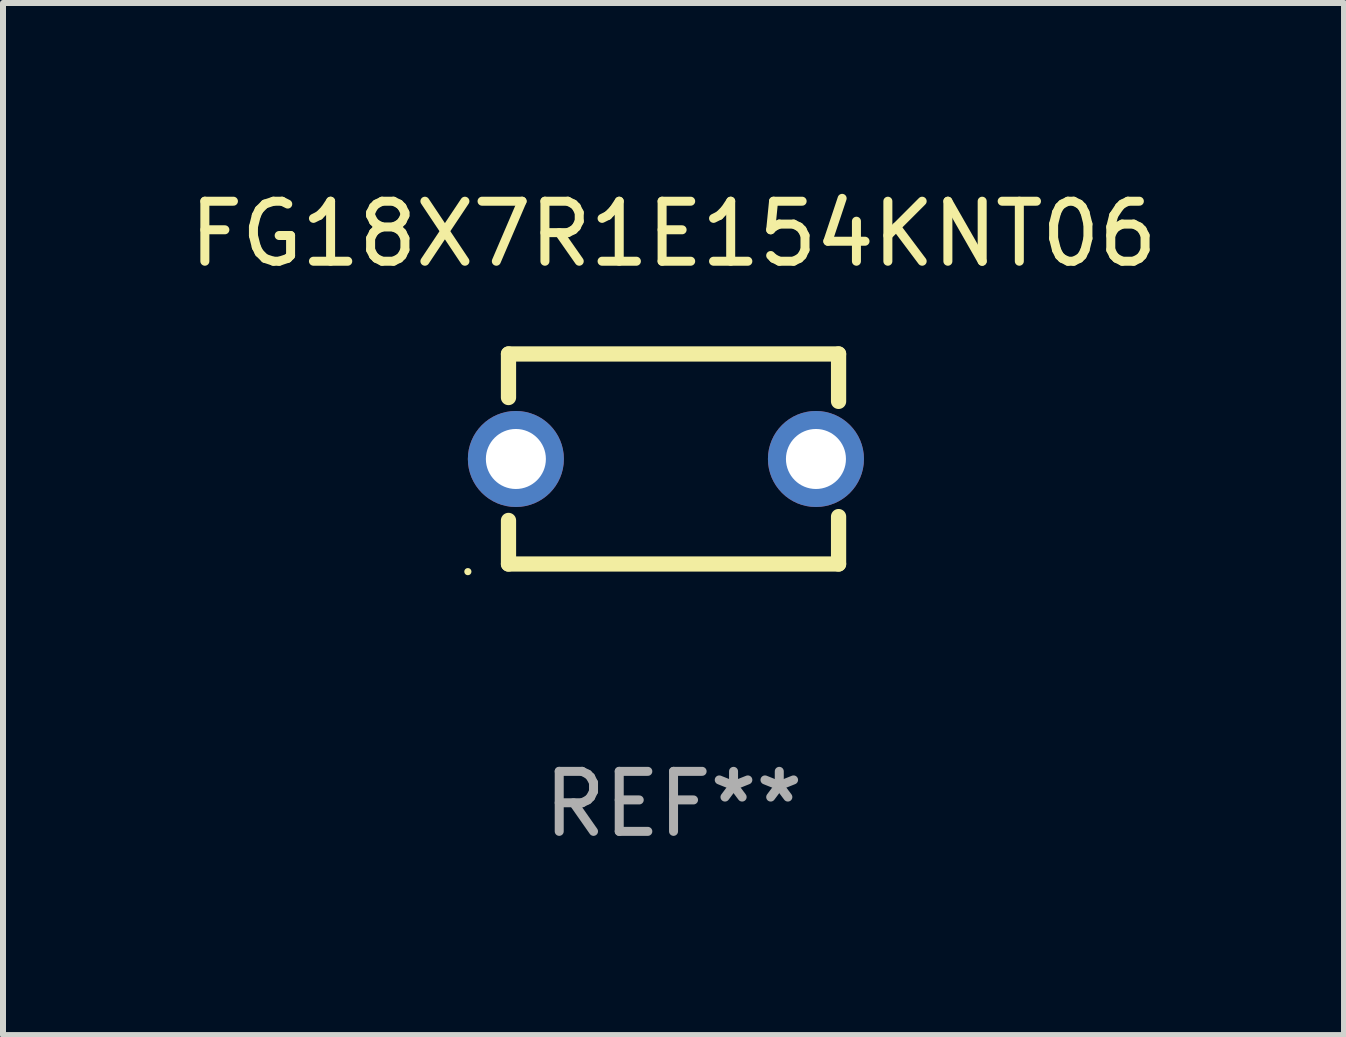
<source format=kicad_pcb>
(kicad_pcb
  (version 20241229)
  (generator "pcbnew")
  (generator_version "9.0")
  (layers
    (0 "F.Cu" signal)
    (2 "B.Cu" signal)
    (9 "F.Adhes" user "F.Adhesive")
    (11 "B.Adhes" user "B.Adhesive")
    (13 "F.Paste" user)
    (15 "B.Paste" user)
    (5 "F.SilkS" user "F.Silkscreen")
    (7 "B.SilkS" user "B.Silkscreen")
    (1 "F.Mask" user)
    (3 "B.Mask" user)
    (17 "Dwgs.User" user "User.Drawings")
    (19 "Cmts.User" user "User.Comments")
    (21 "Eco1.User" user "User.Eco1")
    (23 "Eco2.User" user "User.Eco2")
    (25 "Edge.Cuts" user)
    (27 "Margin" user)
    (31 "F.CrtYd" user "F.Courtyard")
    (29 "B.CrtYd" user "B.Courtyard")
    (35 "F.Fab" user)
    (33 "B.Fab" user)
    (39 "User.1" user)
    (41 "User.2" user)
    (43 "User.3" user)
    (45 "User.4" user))
  (footprint "FG18X7R1E154KNT06"
    (layer "F.Cu")
    (at 8.173 4.598)
    (property "Reference" "FG18X7R1E154KNT06" (at 0 -3.75 0) (layer "F.SilkS") (effects (font (size 1 1) (thickness 0.15))))
    (attr through_hole)
    (fp_line (start -2.75 -1.75) (end -2.75 -1.024) (stroke (width 0.254) (type solid)) (layer "F.SilkS"))
    (fp_line (start -2.75 -1.75) (end 2.75 -1.75) (stroke (width 0.254) (type solid)) (layer "F.SilkS"))
    (fp_line (start -2.75 1.024) (end -2.75 1.75) (stroke (width 0.254) (type solid)) (layer "F.SilkS"))
    (fp_line (start 2.75 -1.75) (end 2.75 -0.96) (stroke (width 0.254) (type solid)) (layer "F.SilkS"))
    (fp_line (start 2.75 0.96) (end 2.75 1.75) (stroke (width 0.254) (type solid)) (layer "F.SilkS"))
    (fp_line (start 2.75 1.75) (end -2.75 1.75) (stroke (width 0.254) (type solid)) (layer "F.SilkS"))
    (fp_circle (center -3.427 1.877) (end -3.397 1.877) (stroke (width 0.06) (type solid)) (fill no) (layer "F.SilkS"))
    (fp_text user "REF**" (at 0 5.75 0) (layer "F.Fab") (effects (font (size 1 1) (thickness 0.15))))
    (pad "1" thru_hole circle (at -2.627 0) (size 1.6 1.6) (drill 1) (layers "*.Cu" "*.Mask"))
    (pad "2" thru_hole circle (at 2.373 0) (size 1.6 1.6) (drill 1) (layers "*.Cu" "*.Mask")))
  (gr_rect
    (start -3 -3)
    (end 19.345 14.197)
    (stroke (width 0.1) (type default))
    (fill no)
    (layer "Edge.Cuts")))
</source>
